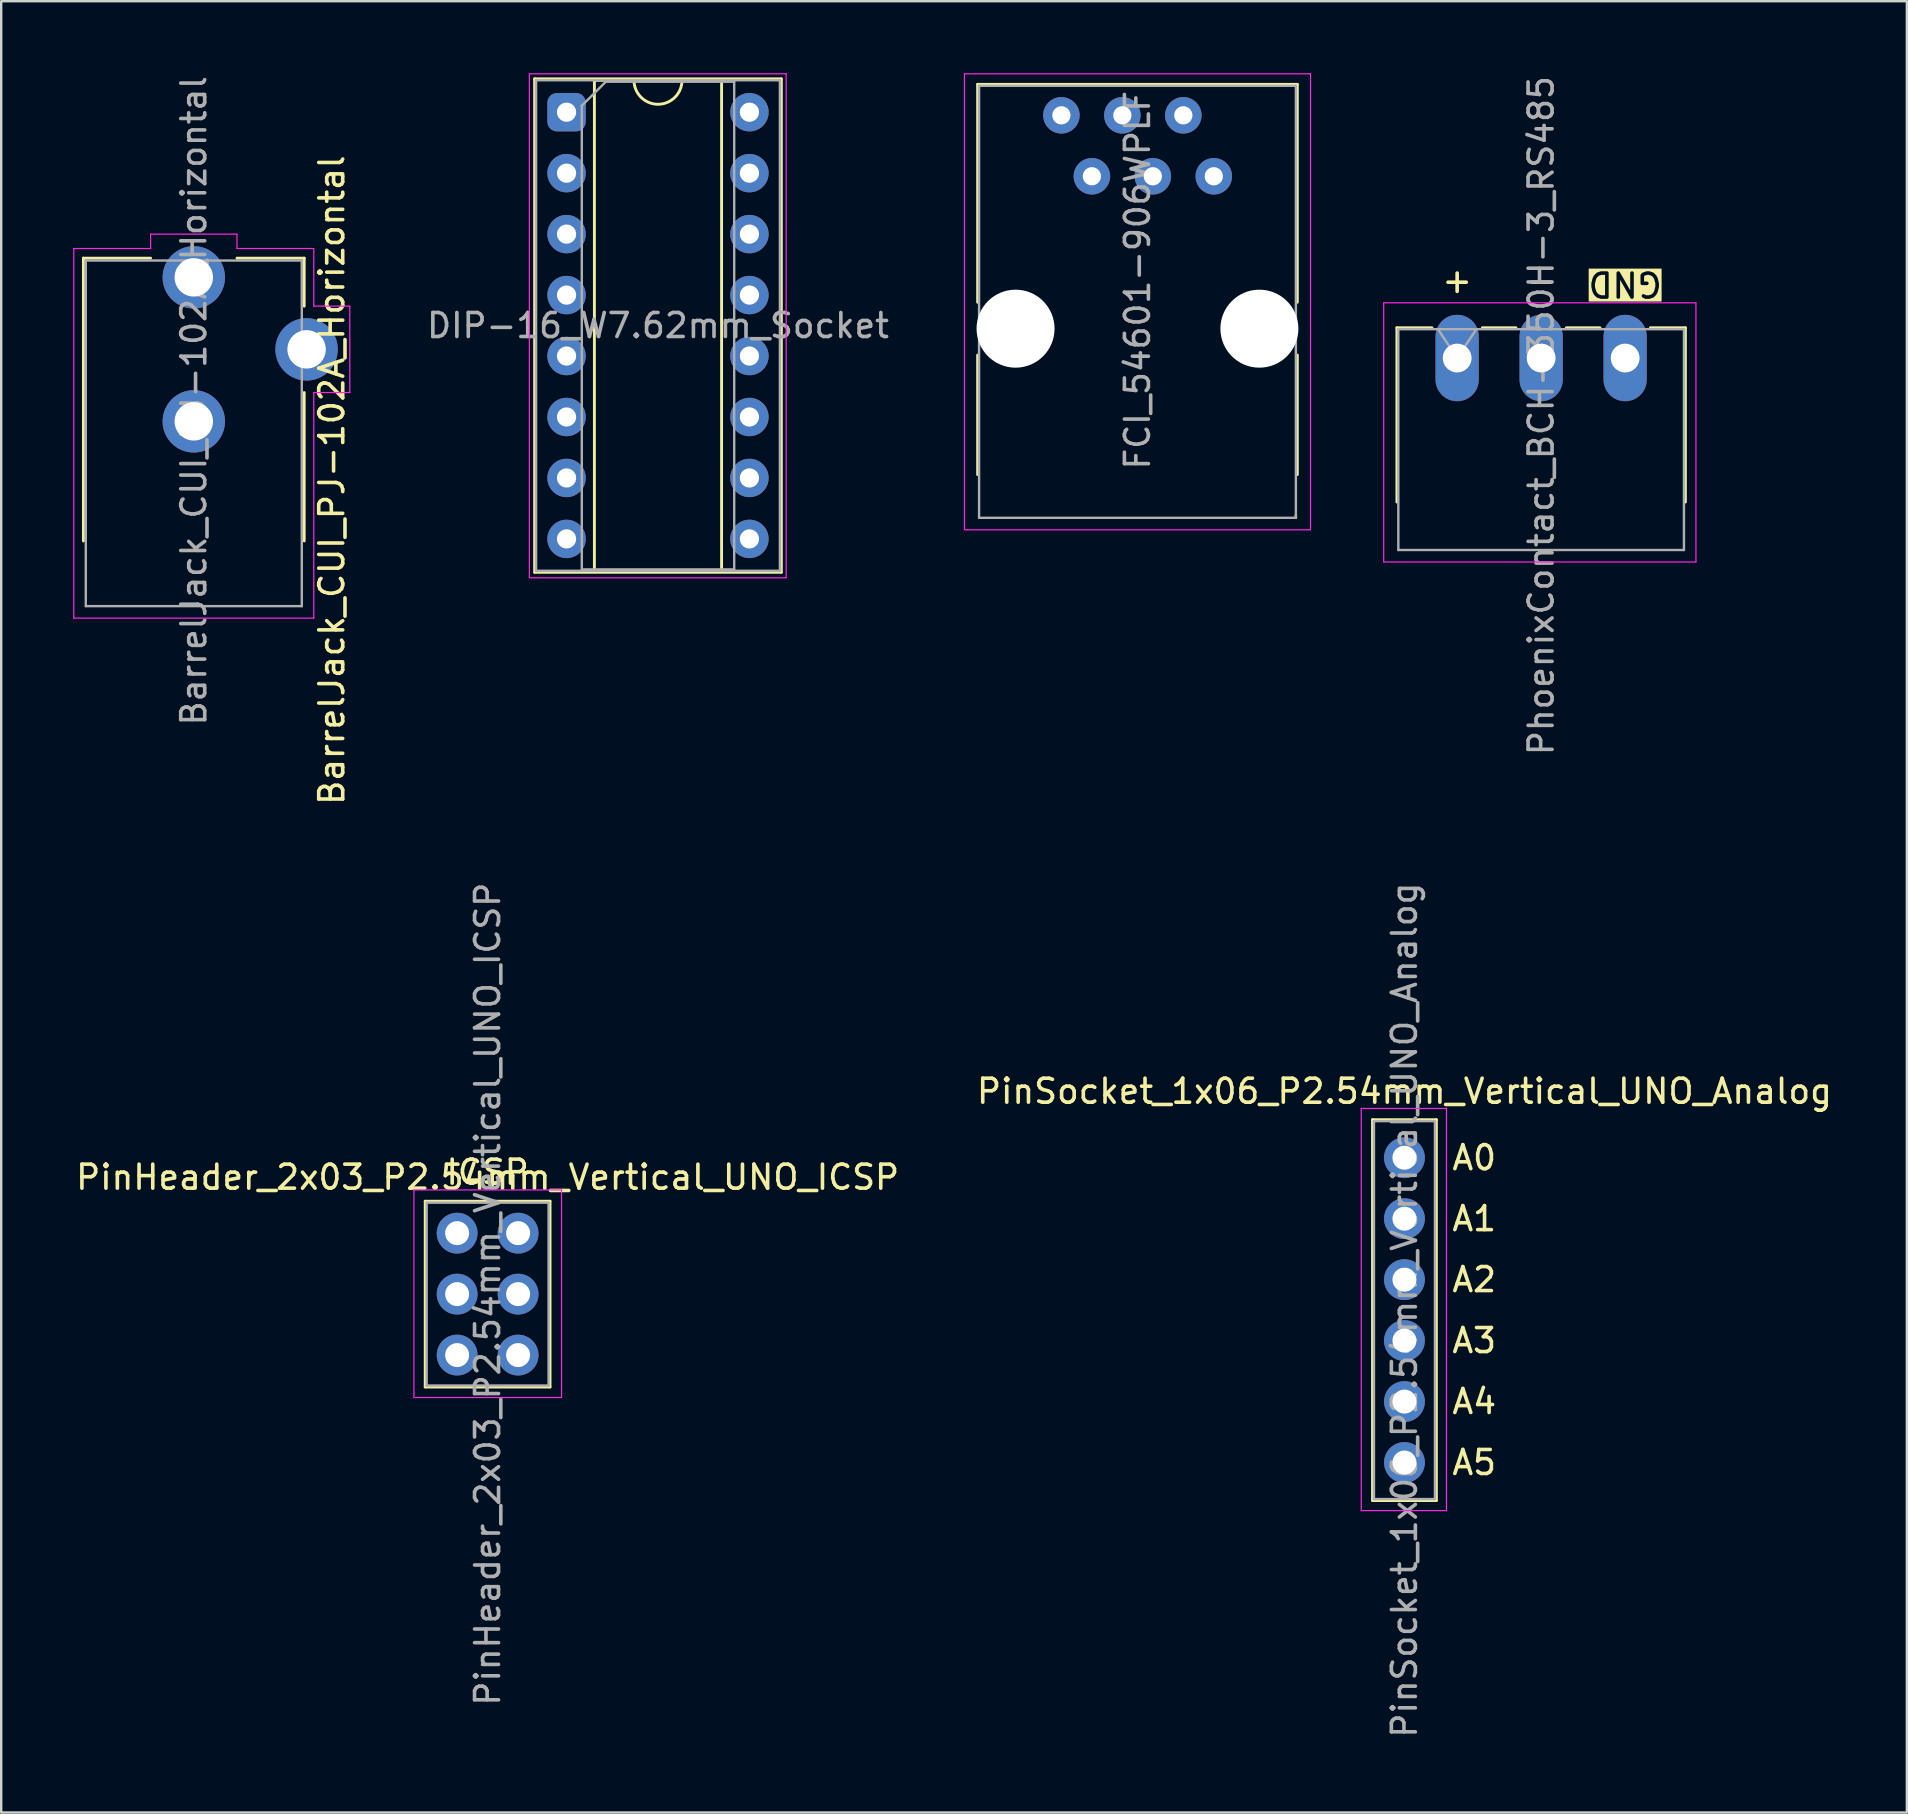
<source format=kicad_pcb>
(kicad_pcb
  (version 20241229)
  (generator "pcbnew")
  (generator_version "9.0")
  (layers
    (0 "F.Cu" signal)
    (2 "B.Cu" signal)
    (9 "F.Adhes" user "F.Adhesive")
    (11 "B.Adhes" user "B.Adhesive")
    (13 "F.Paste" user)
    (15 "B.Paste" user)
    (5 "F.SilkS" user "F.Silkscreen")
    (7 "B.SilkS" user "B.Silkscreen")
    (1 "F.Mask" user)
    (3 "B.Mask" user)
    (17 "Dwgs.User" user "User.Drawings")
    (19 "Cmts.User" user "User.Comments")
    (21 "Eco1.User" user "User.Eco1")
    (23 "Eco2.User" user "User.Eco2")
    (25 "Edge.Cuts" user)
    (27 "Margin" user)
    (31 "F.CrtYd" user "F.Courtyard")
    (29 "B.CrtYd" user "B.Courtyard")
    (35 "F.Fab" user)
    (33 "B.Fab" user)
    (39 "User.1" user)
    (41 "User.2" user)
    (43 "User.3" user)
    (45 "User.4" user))
  (footprint "PinSocket_1x06_P2.54mm_Vertical_UNO_Analog"
    (layer "F.Cu")
    (at 55.47 45.19)
    (property "Reference" "PinSocket_1x06_P2.54mm_Vertical_UNO_Analog" (at 0 -2.77 0) (layer "F.SilkS") (effects (font (size 1 1) (thickness 0.15))))
    (attr through_hole)
    (fp_line (start -1.33 -1.584) (end -1.33 14.284) (stroke (width 0.12) (type solid)) (layer "F.SilkS"))
    (fp_line (start -1.33 -1.584) (end 1.33 -1.584) (stroke (width 0.12) (type solid)) (layer "F.SilkS"))
    (fp_line (start -1.33 14.284) (end 1.33 14.284) (stroke (width 0.12) (type solid)) (layer "F.SilkS"))
    (fp_line (start 1.33 -1.584) (end 1.33 14.284) (stroke (width 0.12) (type solid)) (layer "F.SilkS"))
    (fp_line (start -1.8 -2.054) (end 1.75 -2.054) (stroke (width 0.05) (type solid)) (layer "F.CrtYd"))
    (fp_line (start -1.8 14.704) (end -1.8 -2.054) (stroke (width 0.05) (type solid)) (layer "F.CrtYd"))
    (fp_line (start 1.75 -2.054) (end 1.75 14.704) (stroke (width 0.05) (type solid)) (layer "F.CrtYd"))
    (fp_line (start 1.75 14.704) (end -1.8 14.704) (stroke (width 0.05) (type solid)) (layer "F.CrtYd"))
    (fp_line (start -1.27 -1.524) (end 1.27 -1.524) (stroke (width 0.1) (type solid)) (layer "F.Fab"))
    (fp_line (start -1.27 14.224) (end -1.27 -1.524) (stroke (width 0.1) (type solid)) (layer "F.Fab"))
    (fp_line (start 1.27 -1.524) (end 1.27 14.224) (stroke (width 0.1) (type solid)) (layer "F.Fab"))
    (fp_line (start 1.27 14.224) (end -1.27 14.224) (stroke (width 0.1) (type solid)) (layer "F.Fab"))
    (fp_text user "A0" (at 1.905 0 0) (unlocked yes) (layer "F.SilkS") (effects (font (size 1 1) (thickness 0.15)) (justify left)))
    (fp_text user "A3" (at 1.905 7.62 0) (unlocked yes) (layer "F.SilkS") (effects (font (size 1 1) (thickness 0.15)) (justify left)))
    (fp_text user "A4" (at 1.905 10.16 0) (unlocked yes) (layer "F.SilkS") (effects (font (size 1 1) (thickness 0.15)) (justify left)))
    (fp_text user "A1" (at 1.905 2.54 0) (unlocked yes) (layer "F.SilkS") (effects (font (size 1 1) (thickness 0.15)) (justify left)))
    (fp_text user "A5" (at 1.905 12.7 0) (unlocked yes) (layer "F.SilkS") (effects (font (size 1 1) (thickness 0.15)) (justify left)))
    (fp_text user "A2" (at 1.905 5.08 0) (unlocked yes) (layer "F.SilkS") (effects (font (size 1 1) (thickness 0.15)) (justify left)))
    (fp_text user "${REFERENCE}" (at 0 6.35 90) (layer "F.Fab") (effects (font (size 1 1) (thickness 0.15))))
    (pad "1" thru_hole circle (at 0 0) (size 1.7 1.7) (drill 1) (layers "*.Cu" "*.Mask"))
    (pad "2" thru_hole circle (at 0 2.54) (size 1.7 1.7) (drill 1) (layers "*.Cu" "*.Mask"))
    (pad "3" thru_hole circle (at 0 5.08) (size 1.7 1.7) (drill 1) (layers "*.Cu" "*.Mask"))
    (pad "4" thru_hole circle (at 0 7.62) (size 1.7 1.7) (drill 1) (layers "*.Cu" "*.Mask"))
    (pad "5" thru_hole circle (at 0 10.16) (size 1.7 1.7) (drill 1) (layers "*.Cu" "*.Mask"))
    (pad "6" thru_hole circle (at 0 12.7) (size 1.7 1.7) (drill 1) (layers "*.Cu" "*.Mask")))
  (footprint "DIP-16_W7.62mm_Socket"
    (layer "F.Cu")
    (at 20.557 1.625)
    (property "Reference" "DIP-16_W7.62mm_Socket" (at 3.81 8.89 180) (layer "F.Fab") (effects (font (size 1 1) (thickness 0.15))))
    (attr through_hole)
    (fp_line (start -1.33 -1.39) (end -1.33 19.17) (stroke (width 0.12) (type solid)) (layer "F.SilkS"))
    (fp_line (start -1.33 19.17) (end 8.95 19.17) (stroke (width 0.12) (type solid)) (layer "F.SilkS"))
    (fp_line (start 1.16 -1.33) (end 1.16 19.11) (stroke (width 0.12) (type solid)) (layer "F.SilkS"))
    (fp_line (start 1.16 19.11) (end 6.46 19.11) (stroke (width 0.12) (type solid)) (layer "F.SilkS"))
    (fp_line (start 2.81 -1.33) (end 1.16 -1.33) (stroke (width 0.12) (type solid)) (layer "F.SilkS"))
    (fp_line (start 6.46 -1.33) (end 4.81 -1.33) (stroke (width 0.12) (type solid)) (layer "F.SilkS"))
    (fp_line (start 6.46 19.11) (end 6.46 -1.33) (stroke (width 0.12) (type solid)) (layer "F.SilkS"))
    (fp_line (start 8.95 -1.39) (end -1.33 -1.39) (stroke (width 0.12) (type solid)) (layer "F.SilkS"))
    (fp_line (start 8.95 19.17) (end 8.95 -1.39) (stroke (width 0.12) (type solid)) (layer "F.SilkS"))
    (fp_arc (start 4.81 -1.33) (mid 3.81 -0.33) (end 2.81 -1.33) (stroke (width 0.12) (type solid)) (layer "F.SilkS"))
    (fp_line (start -1.55 -1.6) (end -1.55 19.4) (stroke (width 0.05) (type solid)) (layer "F.CrtYd"))
    (fp_line (start -1.55 19.4) (end 9.15 19.4) (stroke (width 0.05) (type solid)) (layer "F.CrtYd"))
    (fp_line (start 9.15 -1.6) (end -1.55 -1.6) (stroke (width 0.05) (type solid)) (layer "F.CrtYd"))
    (fp_line (start 9.15 19.4) (end 9.15 -1.6) (stroke (width 0.05) (type solid)) (layer "F.CrtYd"))
    (fp_line (start -1.27 -1.33) (end -1.27 19.11) (stroke (width 0.1) (type solid)) (layer "F.Fab"))
    (fp_line (start -1.27 19.11) (end 8.89 19.11) (stroke (width 0.1) (type solid)) (layer "F.Fab"))
    (fp_line (start 0.635 -0.27) (end 1.635 -1.27) (stroke (width 0.1) (type solid)) (layer "F.Fab"))
    (fp_line (start 0.635 19.05) (end 0.635 -0.27) (stroke (width 0.1) (type solid)) (layer "F.Fab"))
    (fp_line (start 1.635 -1.27) (end 6.985 -1.27) (stroke (width 0.1) (type solid)) (layer "F.Fab"))
    (fp_line (start 6.985 -1.27) (end 6.985 19.05) (stroke (width 0.1) (type solid)) (layer "F.Fab"))
    (fp_line (start 6.985 19.05) (end 0.635 19.05) (stroke (width 0.1) (type solid)) (layer "F.Fab"))
    (fp_line (start 8.89 -1.33) (end -1.27 -1.33) (stroke (width 0.1) (type solid)) (layer "F.Fab"))
    (fp_line (start 8.89 19.11) (end 8.89 -1.33) (stroke (width 0.1) (type solid)) (layer "F.Fab"))
    (pad "1" thru_hole roundrect (at 0 0) (size 1.6 1.6) (drill 0.8) (layers "*.Cu" "*.Mask") (roundrect_rratio 0.25))
    (pad "2" thru_hole oval (at 0 2.54) (size 1.6 1.6) (drill 0.8) (layers "*.Cu" "*.Mask"))
    (pad "3" thru_hole oval (at 0 5.08) (size 1.6 1.6) (drill 0.8) (layers "*.Cu" "*.Mask"))
    (pad "4" thru_hole oval (at 0 7.62) (size 1.6 1.6) (drill 0.8) (layers "*.Cu" "*.Mask"))
    (pad "5" thru_hole oval (at 0 10.16) (size 1.6 1.6) (drill 0.8) (layers "*.Cu" "*.Mask"))
    (pad "6" thru_hole oval (at 0 12.7) (size 1.6 1.6) (drill 0.8) (layers "*.Cu" "*.Mask"))
    (pad "7" thru_hole oval (at 0 15.24) (size 1.6 1.6) (drill 0.8) (layers "*.Cu" "*.Mask"))
    (pad "8" thru_hole oval (at 0 17.78) (size 1.6 1.6) (drill 0.8) (layers "*.Cu" "*.Mask"))
    (pad "9" thru_hole oval (at 7.62 17.78) (size 1.6 1.6) (drill 0.8) (layers "*.Cu" "*.Mask"))
    (pad "10" thru_hole oval (at 7.62 15.24) (size 1.6 1.6) (drill 0.8) (layers "*.Cu" "*.Mask"))
    (pad "11" thru_hole oval (at 7.62 12.7) (size 1.6 1.6) (drill 0.8) (layers "*.Cu" "*.Mask"))
    (pad "12" thru_hole oval (at 7.62 10.16) (size 1.6 1.6) (drill 0.8) (layers "*.Cu" "*.Mask"))
    (pad "13" thru_hole oval (at 7.62 7.62) (size 1.6 1.6) (drill 0.8) (layers "*.Cu" "*.Mask"))
    (pad "14" thru_hole oval (at 7.62 5.08) (size 1.6 1.6) (drill 0.8) (layers "*.Cu" "*.Mask"))
    (pad "15" thru_hole oval (at 7.62 2.54) (size 1.6 1.6) (drill 0.8) (layers "*.Cu" "*.Mask"))
    (pad "16" thru_hole oval (at 7.62 0) (size 1.6 1.6) (drill 0.8) (layers "*.Cu" "*.Mask")))
  (footprint "PhoenixContact_BCH-350H-3_RS485"
    (layer "F.Cu")
    (at 61.166 17.868)
    (property "Reference" "PhoenixContact_BCH-350H-3_RS485" (at 0 -3.6 90) (layer "F.Fab") (effects (font (size 1 1) (thickness 0.15))))
    (attr through_hole)
    (fp_line (start -6.01 -7.26) (end -6.01 0) (stroke (width 0.12) (type solid)) (layer "F.SilkS"))
    (fp_line (start -6.01 -7.26) (end -4.55 -7.26) (stroke (width 0.12) (type solid)) (layer "F.SilkS"))
    (fp_line (start -2.45 -7.26) (end -1.05 -7.26) (stroke (width 0.12) (type solid)) (layer "F.SilkS"))
    (fp_line (start 1.05 -7.26) (end 2.45 -7.26) (stroke (width 0.12) (type solid)) (layer "F.SilkS"))
    (fp_line (start 6.01 -7.26) (end 4.55 -7.26) (stroke (width 0.12) (type solid)) (layer "F.SilkS"))
    (fp_line (start 6.01 0) (end 6.01 -7.26) (stroke (width 0.12) (type solid)) (layer "F.SilkS"))
    (fp_line (start -6.56 -8.3) (end -6.56 2.5) (stroke (width 0.05) (type solid)) (layer "F.CrtYd"))
    (fp_line (start -6.56 2.5) (end 6.45 2.5) (stroke (width 0.05) (type solid)) (layer "F.CrtYd"))
    (fp_line (start 6.45 -8.3) (end -6.56 -8.3) (stroke (width 0.05) (type solid)) (layer "F.CrtYd"))
    (fp_line (start 6.45 2.5) (end 6.45 -8.3) (stroke (width 0.05) (type solid)) (layer "F.CrtYd"))
    (fp_line (start -5.95 -7.2) (end -5.95 2) (stroke (width 0.1) (type solid)) (layer "F.Fab"))
    (fp_line (start -5.95 2) (end 5.95 2) (stroke (width 0.1) (type solid)) (layer "F.Fab"))
    (fp_line (start -3.5 -6) (end -4.3 -7.2) (stroke (width 0.1) (type solid)) (layer "F.Fab"))
    (fp_line (start -2.7 -7.2) (end -3.5 -6) (stroke (width 0.1) (type solid)) (layer "F.Fab"))
    (fp_line (start 5.95 -7.2) (end -5.95 -7.2) (stroke (width 0.1) (type solid)) (layer "F.Fab"))
    (fp_line (start 5.95 2) (end 5.95 -7.2) (stroke (width 0.1) (type solid)) (layer "F.Fab"))
    (fp_text user "-" (at 0 -8.5 180) (unlocked yes) (layer "F.SilkS") (effects (font (size 1 1) (thickness 0.15)) (justify top)))
    (fp_text user "GND" (at 3.5 -8.5 180) (unlocked yes) (layer "F.SilkS" knockout) (effects (font (size 1 1) (thickness 0.15)) (justify top)))
    (fp_text user "+" (at -3.5 -8.5 180) (unlocked yes) (layer "F.SilkS") (effects (font (size 1 1) (thickness 0.15)) (justify top)))
    (pad "1" thru_hole oval (at -3.5 -6) (size 1.8 3.6) (drill 1.2) (layers "*.Cu" "*.Mask"))
    (pad "2" thru_hole oval (at 0 -6) (size 1.8 3.6) (drill 1.2) (layers "*.Cu" "*.Mask"))
    (pad "3" thru_hole oval (at 3.5 -6) (size 1.8 3.6) (drill 1.2) (layers "*.Cu" "*.Mask")))
  (footprint "FCI_54601-906WPLF"
    (layer "F.Cu")
    (at 44.346 16.725)
    (property "Reference" "FCI_54601-906WPLF" (at 0 -8.1 270) (layer "F.Fab") (effects (font (size 1 1) (thickness 0.15))))
    (attr through_hole)
    (fp_line (start -6.66 -16.26) (end 6.66 -16.26) (stroke (width 0.12) (type solid)) (layer "F.SilkS"))
    (fp_line (start -6.66 -7.18) (end -6.66 -16.26) (stroke (width 0.12) (type solid)) (layer "F.SilkS"))
    (fp_line (start -6.66 0) (end -6.66 -4.98) (stroke (width 0.12) (type solid)) (layer "F.SilkS"))
    (fp_line (start 6.6 1.68) (end 6.6 1.8) (stroke (width 0.1) (type solid)) (layer "F.SilkS"))
    (fp_line (start 6.6 1.79) (end 6.6 1.8) (stroke (width 0.1) (type solid)) (layer "F.SilkS"))
    (fp_line (start 6.66 -16.26) (end 6.66 -7.18) (stroke (width 0.12) (type solid)) (layer "F.SilkS"))
    (fp_line (start 6.66 0) (end 6.66 -4.98) (stroke (width 0.12) (type solid)) (layer "F.SilkS"))
    (fp_line (start -7.21 -16.7) (end 7.21 -16.7) (stroke (width 0.05) (type solid)) (layer "F.CrtYd"))
    (fp_line (start -7.21 2.3) (end -7.21 -16.7) (stroke (width 0.05) (type solid)) (layer "F.CrtYd"))
    (fp_line (start 7.21 -16.7) (end 7.21 2.3) (stroke (width 0.05) (type solid)) (layer "F.CrtYd"))
    (fp_line (start 7.21 2.3) (end -7.21 2.3) (stroke (width 0.05) (type solid)) (layer "F.CrtYd"))
    (fp_line (start -6.6 -16.2) (end 6.6 -16.2) (stroke (width 0.1) (type solid)) (layer "F.Fab"))
    (fp_line (start -6.6 1.8) (end -6.6 -16.2) (stroke (width 0.1) (type solid)) (layer "F.Fab"))
    (fp_line (start 6.6 -16.2) (end 6.6 1.8) (stroke (width 0.1) (type solid)) (layer "F.Fab"))
    (fp_line (start 6.6 1.8) (end -6.6 1.8) (stroke (width 0.1) (type solid)) (layer "F.Fab"))
    (pad "" np_thru_hole circle (at -5.08 -6.08) (size 3.25 3.25) (drill 3.25) (layers "*.Cu" "*.Mask"))
    (pad "" np_thru_hole circle (at 5.08 -6.08) (size 3.25 3.25) (drill 3.25) (layers "*.Cu" "*.Mask"))
    (pad "1" thru_hole circle (at -3.17 -14.97) (size 1.52 1.52) (drill 0.76) (layers "*.Cu" "*.Mask"))
    (pad "2" thru_hole circle (at -1.9 -12.43) (size 1.52 1.52) (drill 0.76) (layers "*.Cu" "*.Mask"))
    (pad "3" thru_hole circle (at -0.63 -14.97) (size 1.52 1.52) (drill 0.76) (layers "*.Cu" "*.Mask"))
    (pad "4" thru_hole circle (at 0.64 -12.43) (size 1.52 1.52) (drill 0.76) (layers "*.Cu" "*.Mask"))
    (pad "5" thru_hole circle (at 1.91 -14.97) (size 1.52 1.52) (drill 0.76) (layers "*.Cu" "*.Mask"))
    (pad "6" thru_hole circle (at 3.18 -12.43) (size 1.52 1.52) (drill 0.76) (layers "*.Cu" "*.Mask")))
  (footprint "PinHeader_2x03_P2.54mm_Vertical_UNO_ICSP"
    (layer "F.Cu")
    (at 15.998 48.333)
    (property "Reference" "PinHeader_2x03_P2.54mm_Vertical_UNO_ICSP" (at 1.27 -2.33 0) (layer "F.SilkS") (effects (font (size 1 1) (thickness 0.15))))
    (attr through_hole)
    (fp_line (start -1.33 -1.33) (end -1.33 6.41) (stroke (width 0.12) (type solid)) (layer "F.SilkS"))
    (fp_line (start -1.33 -1.33) (end 3.87 -1.33) (stroke (width 0.12) (type solid)) (layer "F.SilkS"))
    (fp_line (start -1.33 6.41) (end 3.87 6.41) (stroke (width 0.12) (type solid)) (layer "F.SilkS"))
    (fp_line (start 3.87 -1.33) (end 3.87 6.41) (stroke (width 0.12) (type solid)) (layer "F.SilkS"))
    (fp_line (start -1.8 -1.8) (end -1.8 6.85) (stroke (width 0.05) (type solid)) (layer "F.CrtYd"))
    (fp_line (start -1.8 6.85) (end 4.35 6.85) (stroke (width 0.05) (type solid)) (layer "F.CrtYd"))
    (fp_line (start 4.35 -1.8) (end -1.8 -1.8) (stroke (width 0.05) (type solid)) (layer "F.CrtYd"))
    (fp_line (start 4.35 6.85) (end 4.35 -1.8) (stroke (width 0.05) (type solid)) (layer "F.CrtYd"))
    (fp_line (start -1.27 -1.27) (end 3.81 -1.27) (stroke (width 0.1) (type solid)) (layer "F.Fab"))
    (fp_line (start -1.27 6.35) (end -1.27 -1.27) (stroke (width 0.1) (type solid)) (layer "F.Fab"))
    (fp_line (start 3.81 -1.27) (end 3.81 6.35) (stroke (width 0.1) (type solid)) (layer "F.Fab"))
    (fp_line (start 3.81 6.35) (end -1.27 6.35) (stroke (width 0.1) (type solid)) (layer "F.Fab"))
    (fp_text user "ICSP" (at 1.27 -2.54 0) (unlocked yes) (layer "F.SilkS") (effects (font (size 1 1) (thickness 0.15))))
    (fp_text user "${REFERENCE}" (at 1.27 2.54 90) (layer "F.Fab") (effects (font (size 1 1) (thickness 0.15))))
    (pad "1" thru_hole circle (at 0 0) (size 1.7 1.7) (drill 1) (layers "*.Cu" "*.Mask"))
    (pad "2" thru_hole circle (at 2.54 0) (size 1.7 1.7) (drill 1) (layers "*.Cu" "*.Mask"))
    (pad "3" thru_hole circle (at 0 2.54) (size 1.7 1.7) (drill 1) (layers "*.Cu" "*.Mask"))
    (pad "4" thru_hole circle (at 2.54 2.54) (size 1.7 1.7) (drill 1) (layers "*.Cu" "*.Mask"))
    (pad "5" thru_hole circle (at 0 5.08) (size 1.7 1.7) (drill 1) (layers "*.Cu" "*.Mask"))
    (pad "6" thru_hole circle (at 2.54 5.08) (size 1.7 1.7) (drill 1) (layers "*.Cu" "*.Mask")))
  (footprint "BarrelJack_CUI_PJ-102A_Horizontal"
    (layer "F.Cu")
    (at 9.525 7.807)
    (property "Reference" "BarrelJack_CUI_PJ-102A_Horizontal" (at 1.25 9.15 90) (layer "F.SilkS") (effects (font (size 1 1) (thickness 0.15))))
    (attr through_hole)
    (fp_line (start -9.1 -0.1) (end -6.3 -0.1) (stroke (width 0.12) (type solid)) (layer "F.SilkS"))
    (fp_line (start -9.1 11.684) (end -9.1 -0.1) (stroke (width 0.12) (type solid)) (layer "F.SilkS"))
    (fp_line (start -2.7 -0.1) (end 0.1 -0.1) (stroke (width 0.12) (type solid)) (layer "F.SilkS"))
    (fp_line (start 0.1 -0.1) (end 0.1 1.9) (stroke (width 0.12) (type solid)) (layer "F.SilkS"))
    (fp_line (start 0.1 5.5) (end 0.1 11.684) (stroke (width 0.12) (type solid)) (layer "F.SilkS"))
    (fp_line (start -9.5 -0.5) (end -6.3 -0.5) (stroke (width 0.05) (type solid)) (layer "F.CrtYd"))
    (fp_line (start -9.5 14.9) (end -9.5 -0.5) (stroke (width 0.05) (type solid)) (layer "F.CrtYd"))
    (fp_line (start -6.3 -1.1) (end -2.7 -1.1) (stroke (width 0.05) (type solid)) (layer "F.CrtYd"))
    (fp_line (start -6.3 -0.5) (end -6.3 -1.1) (stroke (width 0.05) (type solid)) (layer "F.CrtYd"))
    (fp_line (start -2.7 -1.1) (end -2.7 -0.5) (stroke (width 0.05) (type solid)) (layer "F.CrtYd"))
    (fp_line (start -2.7 -0.5) (end 0.5 -0.5) (stroke (width 0.05) (type solid)) (layer "F.CrtYd"))
    (fp_line (start 0.5 -0.5) (end 0.5 1.9) (stroke (width 0.05) (type solid)) (layer "F.CrtYd"))
    (fp_line (start 0.5 1.9) (end 2 1.9) (stroke (width 0.05) (type solid)) (layer "F.CrtYd"))
    (fp_line (start 0.5 5.5) (end 0.5 14.9) (stroke (width 0.05) (type solid)) (layer "F.CrtYd"))
    (fp_line (start 0.5 14.9) (end -9.5 14.9) (stroke (width 0.05) (type solid)) (layer "F.CrtYd"))
    (fp_line (start 2 1.9) (end 2 5.5) (stroke (width 0.05) (type solid)) (layer "F.CrtYd"))
    (fp_line (start 2 5.5) (end 0.5 5.5) (stroke (width 0.05) (type solid)) (layer "F.CrtYd"))
    (fp_line (start -9 0) (end 0 0) (stroke (width 0.1) (type solid)) (layer "F.Fab"))
    (fp_line (start -9 14.4) (end -9 0) (stroke (width 0.1) (type solid)) (layer "F.Fab"))
    (fp_line (start 0 0) (end 0 14.4) (stroke (width 0.1) (type solid)) (layer "F.Fab"))
    (fp_line (start 0 14.4) (end -9 14.4) (stroke (width 0.1) (type solid)) (layer "F.Fab"))
    (fp_text user "${REFERENCE}" (at -4.5 5.842 90) (layer "F.Fab") (effects (font (size 1 1) (thickness 0.15))))
    (pad "1" thru_hole circle (at -4.5 0.7) (size 2.6 2.6) (drill 1.6) (layers "*.Cu" "*.Mask"))
    (pad "2" thru_hole circle (at -4.5 6.7) (size 2.6 2.6) (drill 1.6) (layers "*.Cu" "*.Mask"))
    (pad "3" thru_hole circle (at 0.2 3.7) (size 2.6 2.6) (drill 1.6) (layers "*.Cu" "*.Mask")))
  (gr_rect
    (start -3 -3)
    (end 76.405 72.475)
    (stroke (width 0.1) (type default))
    (fill no)
    (layer "Edge.Cuts")))
</source>
